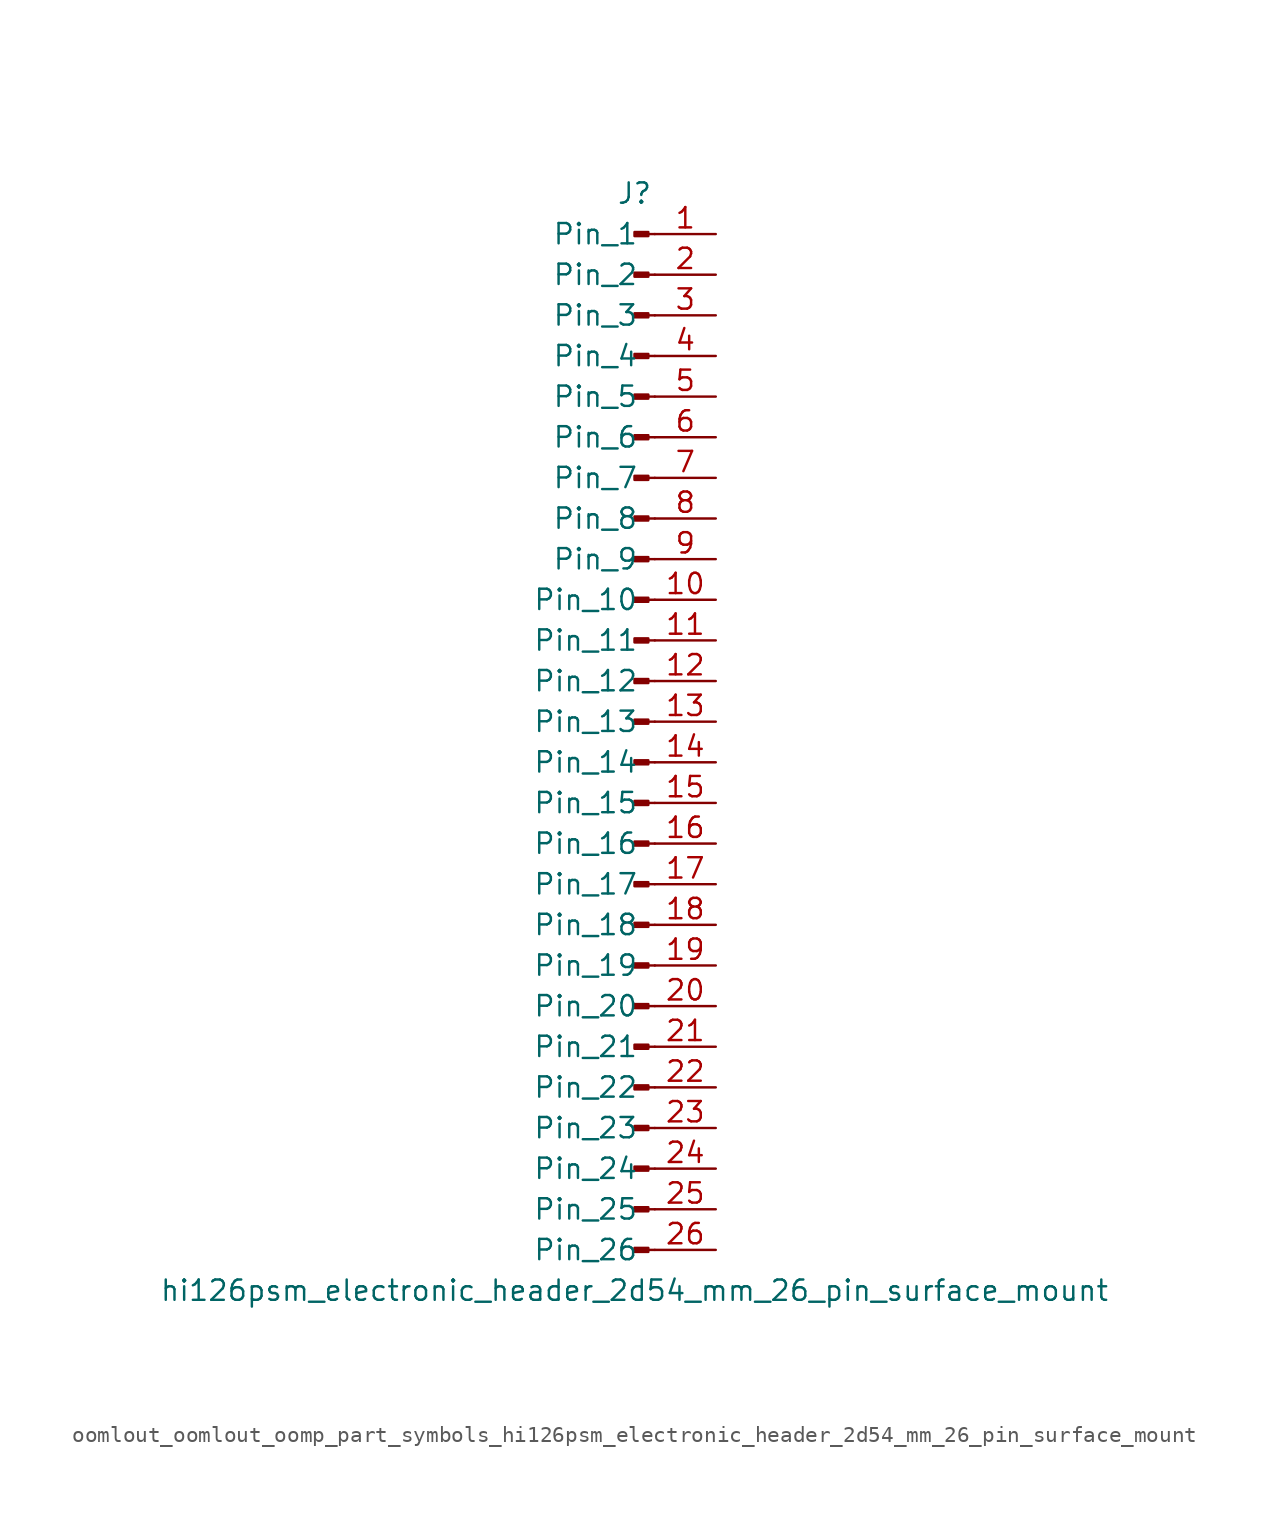
<source format=kicad_sym>
(kicad_symbol_lib
  (version 20220914)
  (generator kicad_symbol_editor)
  (symbol "oomlout_oomlout_oomp_part_symbols_hi126psm_electronic_header_2d54_mm_26_pin_surface_mount"
    (pin_names
      (offset 1.016))
    (property "Reference" "J"
      (at 0 33.02 0)
      (effects (font (size 1.27 1.27))))
    (property "Value" "hi126psm_electronic_header_2d54_mm_26_pin_surface_mount"
      (at 0 -35.56 0)
      (effects (font (size 1.27 1.27))))
    (property "ki_locked" ""
      (at 0 0 0)
      (effects (font (size 1.27 1.27))))
    (symbol "oomlout_oomlout_oomp_part_symbols_hi126psm_electronic_header_2d54_mm_26_pin_surface_mount_1_1"
      (polyline (pts (xy 1.27 -33.02) (xy 0.864 -33.02)) (stroke (width 0.152) (type default)) (fill (type none)))
      (polyline (pts (xy 1.27 -30.48) (xy 0.864 -30.48)) (stroke (width 0.152) (type default)) (fill (type none)))
      (polyline (pts (xy 1.27 -27.94) (xy 0.864 -27.94)) (stroke (width 0.152) (type default)) (fill (type none)))
      (polyline (pts (xy 1.27 -25.4) (xy 0.864 -25.4)) (stroke (width 0.152) (type default)) (fill (type none)))
      (polyline (pts (xy 1.27 -22.86) (xy 0.864 -22.86)) (stroke (width 0.152) (type default)) (fill (type none)))
      (polyline (pts (xy 1.27 -20.32) (xy 0.864 -20.32)) (stroke (width 0.152) (type default)) (fill (type none)))
      (polyline (pts (xy 1.27 -17.78) (xy 0.864 -17.78)) (stroke (width 0.152) (type default)) (fill (type none)))
      (polyline (pts (xy 1.27 -15.24) (xy 0.864 -15.24)) (stroke (width 0.152) (type default)) (fill (type none)))
      (polyline (pts (xy 1.27 -12.7) (xy 0.864 -12.7)) (stroke (width 0.152) (type default)) (fill (type none)))
      (polyline (pts (xy 1.27 -10.16) (xy 0.864 -10.16)) (stroke (width 0.152) (type default)) (fill (type none)))
      (polyline (pts (xy 1.27 -7.62) (xy 0.864 -7.62)) (stroke (width 0.152) (type default)) (fill (type none)))
      (polyline (pts (xy 1.27 -5.08) (xy 0.864 -5.08)) (stroke (width 0.152) (type default)) (fill (type none)))
      (polyline (pts (xy 1.27 -2.54) (xy 0.864 -2.54)) (stroke (width 0.152) (type default)) (fill (type none)))
      (polyline (pts (xy 1.27 0) (xy 0.864 0)) (stroke (width 0.152) (type default)) (fill (type none)))
      (polyline (pts (xy 1.27 2.54) (xy 0.864 2.54)) (stroke (width 0.152) (type default)) (fill (type none)))
      (polyline (pts (xy 1.27 5.08) (xy 0.864 5.08)) (stroke (width 0.152) (type default)) (fill (type none)))
      (polyline (pts (xy 1.27 7.62) (xy 0.864 7.62)) (stroke (width 0.152) (type default)) (fill (type none)))
      (polyline (pts (xy 1.27 10.16) (xy 0.864 10.16)) (stroke (width 0.152) (type default)) (fill (type none)))
      (polyline (pts (xy 1.27 12.7) (xy 0.864 12.7)) (stroke (width 0.152) (type default)) (fill (type none)))
      (polyline (pts (xy 1.27 15.24) (xy 0.864 15.24)) (stroke (width 0.152) (type default)) (fill (type none)))
      (polyline (pts (xy 1.27 17.78) (xy 0.864 17.78)) (stroke (width 0.152) (type default)) (fill (type none)))
      (polyline (pts (xy 1.27 20.32) (xy 0.864 20.32)) (stroke (width 0.152) (type default)) (fill (type none)))
      (polyline (pts (xy 1.27 22.86) (xy 0.864 22.86)) (stroke (width 0.152) (type default)) (fill (type none)))
      (polyline (pts (xy 1.27 25.4) (xy 0.864 25.4)) (stroke (width 0.152) (type default)) (fill (type none)))
      (polyline (pts (xy 1.27 27.94) (xy 0.864 27.94)) (stroke (width 0.152) (type default)) (fill (type none)))
      (polyline (pts (xy 1.27 30.48) (xy 0.864 30.48)) (stroke (width 0.152) (type default)) (fill (type none)))
      (rectangle (start 0.864 -32.893) (end 0 -33.147) (stroke (width 0.152) (type default)) (fill (type outline)))
      (rectangle (start 0.864 -30.353) (end 0 -30.607) (stroke (width 0.152) (type default)) (fill (type outline)))
      (rectangle (start 0.864 -27.813) (end 0 -28.067) (stroke (width 0.152) (type default)) (fill (type outline)))
      (rectangle (start 0.864 -25.273) (end 0 -25.527) (stroke (width 0.152) (type default)) (fill (type outline)))
      (rectangle (start 0.864 -22.733) (end 0 -22.987) (stroke (width 0.152) (type default)) (fill (type outline)))
      (rectangle (start 0.864 -20.193) (end 0 -20.447) (stroke (width 0.152) (type default)) (fill (type outline)))
      (rectangle (start 0.864 -17.653) (end 0 -17.907) (stroke (width 0.152) (type default)) (fill (type outline)))
      (rectangle (start 0.864 -15.113) (end 0 -15.367) (stroke (width 0.152) (type default)) (fill (type outline)))
      (rectangle (start 0.864 -12.573) (end 0 -12.827) (stroke (width 0.152) (type default)) (fill (type outline)))
      (rectangle (start 0.864 -10.033) (end 0 -10.287) (stroke (width 0.152) (type default)) (fill (type outline)))
      (rectangle (start 0.864 -7.493) (end 0 -7.747) (stroke (width 0.152) (type default)) (fill (type outline)))
      (rectangle (start 0.864 -4.953) (end 0 -5.207) (stroke (width 0.152) (type default)) (fill (type outline)))
      (rectangle (start 0.864 -2.413) (end 0 -2.667) (stroke (width 0.152) (type default)) (fill (type outline)))
      (rectangle (start 0.864 0.127) (end 0 -0.127) (stroke (width 0.152) (type default)) (fill (type outline)))
      (rectangle (start 0.864 2.667) (end 0 2.413) (stroke (width 0.152) (type default)) (fill (type outline)))
      (rectangle (start 0.864 5.207) (end 0 4.953) (stroke (width 0.152) (type default)) (fill (type outline)))
      (rectangle (start 0.864 7.747) (end 0 7.493) (stroke (width 0.152) (type default)) (fill (type outline)))
      (rectangle (start 0.864 10.287) (end 0 10.033) (stroke (width 0.152) (type default)) (fill (type outline)))
      (rectangle (start 0.864 12.827) (end 0 12.573) (stroke (width 0.152) (type default)) (fill (type outline)))
      (rectangle (start 0.864 15.367) (end 0 15.113) (stroke (width 0.152) (type default)) (fill (type outline)))
      (rectangle (start 0.864 17.907) (end 0 17.653) (stroke (width 0.152) (type default)) (fill (type outline)))
      (rectangle (start 0.864 20.447) (end 0 20.193) (stroke (width 0.152) (type default)) (fill (type outline)))
      (rectangle (start 0.864 22.987) (end 0 22.733) (stroke (width 0.152) (type default)) (fill (type outline)))
      (rectangle (start 0.864 25.527) (end 0 25.273) (stroke (width 0.152) (type default)) (fill (type outline)))
      (rectangle (start 0.864 28.067) (end 0 27.813) (stroke (width 0.152) (type default)) (fill (type outline)))
      (rectangle (start 0.864 30.607) (end 0 30.353) (stroke (width 0.152) (type default)) (fill (type outline)))
      (pin passive line (at 5.08 30.48 180) (length 3.81) (name "Pin_1" (effects (font (size 1.27 1.27)))) (number "1" (effects (font (size 1.27 1.27)))))
      (pin passive line (at 5.08 7.62 180) (length 3.81) (name "Pin_10" (effects (font (size 1.27 1.27)))) (number "10" (effects (font (size 1.27 1.27)))))
      (pin passive line (at 5.08 5.08 180) (length 3.81) (name "Pin_11" (effects (font (size 1.27 1.27)))) (number "11" (effects (font (size 1.27 1.27)))))
      (pin passive line (at 5.08 2.54 180) (length 3.81) (name "Pin_12" (effects (font (size 1.27 1.27)))) (number "12" (effects (font (size 1.27 1.27)))))
      (pin passive line (at 5.08 0 180) (length 3.81) (name "Pin_13" (effects (font (size 1.27 1.27)))) (number "13" (effects (font (size 1.27 1.27)))))
      (pin passive line (at 5.08 -2.54 180) (length 3.81) (name "Pin_14" (effects (font (size 1.27 1.27)))) (number "14" (effects (font (size 1.27 1.27)))))
      (pin passive line (at 5.08 -5.08 180) (length 3.81) (name "Pin_15" (effects (font (size 1.27 1.27)))) (number "15" (effects (font (size 1.27 1.27)))))
      (pin passive line (at 5.08 -7.62 180) (length 3.81) (name "Pin_16" (effects (font (size 1.27 1.27)))) (number "16" (effects (font (size 1.27 1.27)))))
      (pin passive line (at 5.08 -10.16 180) (length 3.81) (name "Pin_17" (effects (font (size 1.27 1.27)))) (number "17" (effects (font (size 1.27 1.27)))))
      (pin passive line (at 5.08 -12.7 180) (length 3.81) (name "Pin_18" (effects (font (size 1.27 1.27)))) (number "18" (effects (font (size 1.27 1.27)))))
      (pin passive line (at 5.08 -15.24 180) (length 3.81) (name "Pin_19" (effects (font (size 1.27 1.27)))) (number "19" (effects (font (size 1.27 1.27)))))
      (pin passive line (at 5.08 27.94 180) (length 3.81) (name "Pin_2" (effects (font (size 1.27 1.27)))) (number "2" (effects (font (size 1.27 1.27)))))
      (pin passive line (at 5.08 -17.78 180) (length 3.81) (name "Pin_20" (effects (font (size 1.27 1.27)))) (number "20" (effects (font (size 1.27 1.27)))))
      (pin passive line (at 5.08 -20.32 180) (length 3.81) (name "Pin_21" (effects (font (size 1.27 1.27)))) (number "21" (effects (font (size 1.27 1.27)))))
      (pin passive line (at 5.08 -22.86 180) (length 3.81) (name "Pin_22" (effects (font (size 1.27 1.27)))) (number "22" (effects (font (size 1.27 1.27)))))
      (pin passive line (at 5.08 -25.4 180) (length 3.81) (name "Pin_23" (effects (font (size 1.27 1.27)))) (number "23" (effects (font (size 1.27 1.27)))))
      (pin passive line (at 5.08 -27.94 180) (length 3.81) (name "Pin_24" (effects (font (size 1.27 1.27)))) (number "24" (effects (font (size 1.27 1.27)))))
      (pin passive line (at 5.08 -30.48 180) (length 3.81) (name "Pin_25" (effects (font (size 1.27 1.27)))) (number "25" (effects (font (size 1.27 1.27)))))
      (pin passive line (at 5.08 -33.02 180) (length 3.81) (name "Pin_26" (effects (font (size 1.27 1.27)))) (number "26" (effects (font (size 1.27 1.27)))))
      (pin passive line (at 5.08 25.4 180) (length 3.81) (name "Pin_3" (effects (font (size 1.27 1.27)))) (number "3" (effects (font (size 1.27 1.27)))))
      (pin passive line (at 5.08 22.86 180) (length 3.81) (name "Pin_4" (effects (font (size 1.27 1.27)))) (number "4" (effects (font (size 1.27 1.27)))))
      (pin passive line (at 5.08 20.32 180) (length 3.81) (name "Pin_5" (effects (font (size 1.27 1.27)))) (number "5" (effects (font (size 1.27 1.27)))))
      (pin passive line (at 5.08 17.78 180) (length 3.81) (name "Pin_6" (effects (font (size 1.27 1.27)))) (number "6" (effects (font (size 1.27 1.27)))))
      (pin passive line (at 5.08 15.24 180) (length 3.81) (name "Pin_7" (effects (font (size 1.27 1.27)))) (number "7" (effects (font (size 1.27 1.27)))))
      (pin passive line (at 5.08 12.7 180) (length 3.81) (name "Pin_8" (effects (font (size 1.27 1.27)))) (number "8" (effects (font (size 1.27 1.27)))))
      (pin passive line (at 5.08 10.16 180) (length 3.81) (name "Pin_9" (effects (font (size 1.27 1.27)))) (number "9" (effects (font (size 1.27 1.27))))))))
</source>
